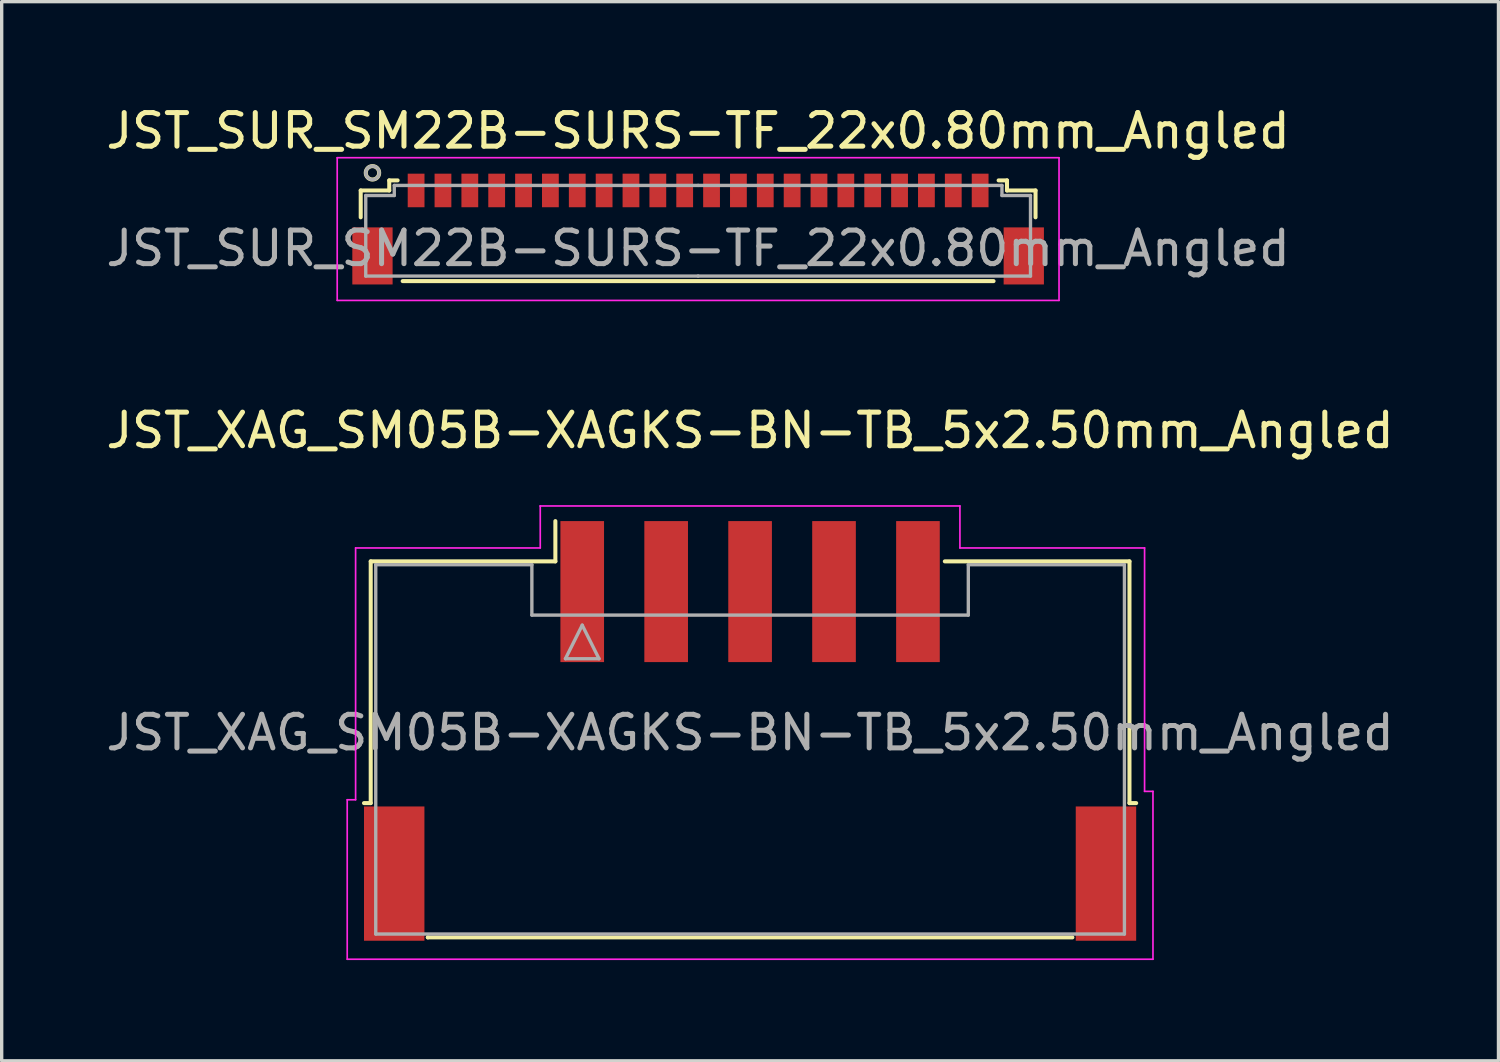
<source format=kicad_pcb>
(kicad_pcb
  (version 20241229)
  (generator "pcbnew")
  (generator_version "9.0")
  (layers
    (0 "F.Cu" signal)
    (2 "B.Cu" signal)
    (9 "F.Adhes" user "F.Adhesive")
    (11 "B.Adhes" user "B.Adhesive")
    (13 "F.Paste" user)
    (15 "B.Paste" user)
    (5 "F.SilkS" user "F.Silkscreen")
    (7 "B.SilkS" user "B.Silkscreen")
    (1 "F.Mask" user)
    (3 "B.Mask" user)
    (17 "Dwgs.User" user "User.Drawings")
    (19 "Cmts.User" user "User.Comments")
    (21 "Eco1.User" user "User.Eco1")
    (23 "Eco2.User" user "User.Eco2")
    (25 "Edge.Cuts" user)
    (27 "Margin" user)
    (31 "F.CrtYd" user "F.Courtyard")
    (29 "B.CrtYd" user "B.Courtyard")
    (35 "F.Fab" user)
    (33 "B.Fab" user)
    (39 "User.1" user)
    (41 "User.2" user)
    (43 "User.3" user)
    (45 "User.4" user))
  (footprint "JST_XAG_SM05B-XAGKS-BN-TB_5x2.50mm_Angled"
    (layer "F.Cu")
    (at 19.292 18.771)
    (property "Reference" "JST_XAG_SM05B-XAGKS-BN-TB_5x2.50mm_Angled" (at 0 -9 0) (layer "F.SilkS") (effects (font (size 1 1) (thickness 0.15))))
    (attr smd)
    (fp_line (start -11.3 -5.1) (end -11.3 2.1) (stroke (width 0.12) (type solid)) (layer "F.SilkS"))
    (fp_line (start -11.3 2.1) (end -11.5 2.1) (stroke (width 0.12) (type solid)) (layer "F.SilkS"))
    (fp_line (start -9.6 6.1) (end -9.6 6.1) (stroke (width 0.12) (type solid)) (layer "F.SilkS"))
    (fp_line (start -5.8 -6.3) (end -5.8 -5.1) (stroke (width 0.12) (type solid)) (layer "F.SilkS"))
    (fp_line (start -5.8 -5.1) (end -11.3 -5.1) (stroke (width 0.12) (type solid)) (layer "F.SilkS"))
    (fp_line (start 5.8 -5.1) (end 11.3 -5.1) (stroke (width 0.12) (type solid)) (layer "F.SilkS"))
    (fp_line (start 9.6 6.1) (end -9.6 6.1) (stroke (width 0.12) (type solid)) (layer "F.SilkS"))
    (fp_line (start 11.3 -5.1) (end 11.3 2.1) (stroke (width 0.12) (type solid)) (layer "F.SilkS"))
    (fp_line (start 11.3 2.1) (end 11.5 2.1) (stroke (width 0.12) (type solid)) (layer "F.SilkS"))
    (fp_line (start -12 2) (end -12 6.75) (stroke (width 0.05) (type solid)) (layer "F.CrtYd"))
    (fp_line (start -12 6.75) (end 12 6.75) (stroke (width 0.05) (type solid)) (layer "F.CrtYd"))
    (fp_line (start -11.75 -5.5) (end -11.75 2) (stroke (width 0.05) (type solid)) (layer "F.CrtYd"))
    (fp_line (start -11.75 2) (end -12 2) (stroke (width 0.05) (type solid)) (layer "F.CrtYd"))
    (fp_line (start -6.25 -6.75) (end -6.25 -6.75) (stroke (width 0.05) (type solid)) (layer "F.CrtYd"))
    (fp_line (start -6.25 -6.75) (end -6.25 -5.5) (stroke (width 0.05) (type solid)) (layer "F.CrtYd"))
    (fp_line (start -6.25 -5.5) (end -11.75 -5.5) (stroke (width 0.05) (type solid)) (layer "F.CrtYd"))
    (fp_line (start 6.25 -6.75) (end -6.25 -6.75) (stroke (width 0.05) (type solid)) (layer "F.CrtYd"))
    (fp_line (start 6.25 -5.5) (end 6.25 -6.75) (stroke (width 0.05) (type solid)) (layer "F.CrtYd"))
    (fp_line (start 11.75 -5.5) (end 6.25 -5.5) (stroke (width 0.05) (type solid)) (layer "F.CrtYd"))
    (fp_line (start 11.75 1.75) (end 11.75 -5.5) (stroke (width 0.05) (type solid)) (layer "F.CrtYd"))
    (fp_line (start 12 1.75) (end 11.75 1.75) (stroke (width 0.05) (type solid)) (layer "F.CrtYd"))
    (fp_line (start 12 6.75) (end 12 1.75) (stroke (width 0.05) (type solid)) (layer "F.CrtYd"))
    (fp_line (start -11.15 -5) (end -11.15 -5) (stroke (width 0.1) (type solid)) (layer "F.Fab"))
    (fp_line (start -11.15 -5) (end -11.15 6) (stroke (width 0.1) (type solid)) (layer "F.Fab"))
    (fp_line (start -6.5 -5) (end -11.15 -5) (stroke (width 0.1) (type solid)) (layer "F.Fab"))
    (fp_line (start -6.5 -3.5) (end -6.5 -5) (stroke (width 0.1) (type solid)) (layer "F.Fab"))
    (fp_line (start -5.5 -2.2) (end -5 -3.2) (stroke (width 0.1) (type solid)) (layer "F.Fab"))
    (fp_line (start -5 -3.2) (end -4.5 -2.2) (stroke (width 0.1) (type solid)) (layer "F.Fab"))
    (fp_line (start -4.5 -2.2) (end -5.5 -2.2) (stroke (width 0.1) (type solid)) (layer "F.Fab"))
    (fp_line (start 6.5 -5) (end 6.5 -3.5) (stroke (width 0.1) (type solid)) (layer "F.Fab"))
    (fp_line (start 6.5 -3.5) (end -6.5 -3.5) (stroke (width 0.1) (type solid)) (layer "F.Fab"))
    (fp_line (start 11.15 -5) (end 6.5 -5) (stroke (width 0.1) (type solid)) (layer "F.Fab"))
    (fp_line (start 11.15 -5) (end 11.15 6) (stroke (width 0.1) (type solid)) (layer "F.Fab"))
    (fp_line (start 11.15 6) (end -11.15 6) (stroke (width 0.1) (type solid)) (layer "F.Fab"))
    (fp_text user "${REFERENCE}" (at 0 0 0) (layer "F.Fab") (effects (font (size 1 1) (thickness 0.15))))
    (pad "" smd rect (at -10.6 4.2) (size 1.8 4) (layers "F.Cu" "F.Mask" "F.Paste"))
    (pad "" smd rect (at 10.6 4.2) (size 1.8 4) (layers "F.Cu" "F.Mask" "F.Paste"))
    (pad "1" smd rect (at -5 -4.2) (size 1.3 4.2) (layers "F.Cu" "F.Mask" "F.Paste"))
    (pad "2" smd rect (at -2.5 -4.2) (size 1.3 4.2) (layers "F.Cu" "F.Mask" "F.Paste"))
    (pad "3" smd rect (at 0 -4.2) (size 1.3 4.2) (layers "F.Cu" "F.Mask" "F.Paste"))
    (pad "4" smd rect (at 2.5 -4.2) (size 1.3 4.2) (layers "F.Cu" "F.Mask" "F.Paste"))
    (pad "5" smd rect (at 5 -4.2) (size 1.3 4.2) (layers "F.Cu" "F.Mask" "F.Paste")))
  (footprint "JST_SUR_SM22B-SURS-TF_22x0.80mm_Angled"
    (layer "F.Cu")
    (at 17.744 3.598)
    (property "Reference" "JST_SUR_SM22B-SURS-TF_22x0.80mm_Angled" (at 0 -2.75 0) (layer "F.SilkS") (effects (font (size 1 1) (thickness 0.15))))
    (attr smd)
    (fp_line (start -10.05 -0.975) (end -10.05 -0.175) (stroke (width 0.12) (type solid)) (layer "F.SilkS"))
    (fp_line (start -9.2 -1.275) (end -9.2 -0.975) (stroke (width 0.12) (type solid)) (layer "F.SilkS"))
    (fp_line (start -9.2 -0.975) (end -10.05 -0.975) (stroke (width 0.12) (type solid)) (layer "F.SilkS"))
    (fp_line (start -8.95 -1.275) (end -9.2 -1.275) (stroke (width 0.12) (type solid)) (layer "F.SilkS"))
    (fp_line (start -8.8 1.725) (end 8.8 1.725) (stroke (width 0.12) (type solid)) (layer "F.SilkS"))
    (fp_line (start 8.95 -1.275) (end 9.2 -1.275) (stroke (width 0.12) (type solid)) (layer "F.SilkS"))
    (fp_line (start 9.2 -1.275) (end 9.2 -0.975) (stroke (width 0.12) (type solid)) (layer "F.SilkS"))
    (fp_line (start 9.2 -0.975) (end 10.05 -0.975) (stroke (width 0.12) (type solid)) (layer "F.SilkS"))
    (fp_line (start 10.05 -0.975) (end 10.05 -0.175) (stroke (width 0.12) (type solid)) (layer "F.SilkS"))
    (fp_circle (center -9.7 -1.5) (end -9.5 -1.5) (stroke (width 0.12) (type solid)) (fill no) (layer "F.SilkS"))
    (fp_line (start -10.75 -1.95) (end 10.75 -1.95) (stroke (width 0.05) (type solid)) (layer "F.CrtYd"))
    (fp_line (start -10.75 2.3) (end -10.75 -1.95) (stroke (width 0.05) (type solid)) (layer "F.CrtYd"))
    (fp_line (start 10.75 -1.95) (end 10.75 2.3) (stroke (width 0.05) (type solid)) (layer "F.CrtYd"))
    (fp_line (start 10.75 2.3) (end -10.75 2.3) (stroke (width 0.05) (type solid)) (layer "F.CrtYd"))
    (fp_line (start -9.9 -0.825) (end -9.9 1.575) (stroke (width 0.1) (type solid)) (layer "F.Fab"))
    (fp_line (start -9.9 1.575) (end 0 1.575) (stroke (width 0.1) (type solid)) (layer "F.Fab"))
    (fp_line (start -9.05 -1.125) (end -9.05 -0.825) (stroke (width 0.1) (type solid)) (layer "F.Fab"))
    (fp_line (start -9.05 -0.825) (end -9.9 -0.825) (stroke (width 0.1) (type solid)) (layer "F.Fab"))
    (fp_line (start 0 -1.125) (end -9.05 -1.125) (stroke (width 0.1) (type solid)) (layer "F.Fab"))
    (fp_line (start 0 -1.125) (end 9.05 -1.125) (stroke (width 0.1) (type solid)) (layer "F.Fab"))
    (fp_line (start 9.05 -1.125) (end 9.05 -0.825) (stroke (width 0.1) (type solid)) (layer "F.Fab"))
    (fp_line (start 9.05 -0.825) (end 9.9 -0.825) (stroke (width 0.1) (type solid)) (layer "F.Fab"))
    (fp_line (start 9.9 -0.825) (end 9.9 1.575) (stroke (width 0.1) (type solid)) (layer "F.Fab"))
    (fp_line (start 9.9 1.575) (end 0 1.575) (stroke (width 0.1) (type solid)) (layer "F.Fab"))
    (fp_circle (center -9.7 -1.5) (end -9.5 -1.5) (stroke (width 0.1) (type solid)) (fill no) (layer "F.Fab"))
    (fp_text user "${REFERENCE}" (at 0 0.75 0) (layer "F.Fab") (effects (font (size 1 1) (thickness 0.15))))
    (pad "" smd rect (at -9.7 0.975) (size 1.2 1.7) (layers "F.Cu" "F.Mask" "F.Paste"))
    (pad "" smd rect (at 9.7 0.975) (size 1.2 1.7) (layers "F.Cu" "F.Mask" "F.Paste"))
    (pad "1" smd rect (at -8.4 -0.975) (size 0.5 1) (layers "F.Cu" "F.Mask" "F.Paste"))
    (pad "2" smd rect (at -7.6 -0.975) (size 0.5 1) (layers "F.Cu" "F.Mask" "F.Paste"))
    (pad "3" smd rect (at -6.8 -0.975) (size 0.5 1) (layers "F.Cu" "F.Mask" "F.Paste"))
    (pad "4" smd rect (at -6 -0.975) (size 0.5 1) (layers "F.Cu" "F.Mask" "F.Paste"))
    (pad "5" smd rect (at -5.2 -0.975) (size 0.5 1) (layers "F.Cu" "F.Mask" "F.Paste"))
    (pad "6" smd rect (at -4.4 -0.975) (size 0.5 1) (layers "F.Cu" "F.Mask" "F.Paste"))
    (pad "7" smd rect (at -3.6 -0.975) (size 0.5 1) (layers "F.Cu" "F.Mask" "F.Paste"))
    (pad "8" smd rect (at -2.8 -0.975) (size 0.5 1) (layers "F.Cu" "F.Mask" "F.Paste"))
    (pad "9" smd rect (at -2 -0.975) (size 0.5 1) (layers "F.Cu" "F.Mask" "F.Paste"))
    (pad "10" smd rect (at -1.2 -0.975) (size 0.5 1) (layers "F.Cu" "F.Mask" "F.Paste"))
    (pad "11" smd rect (at -0.4 -0.975) (size 0.5 1) (layers "F.Cu" "F.Mask" "F.Paste"))
    (pad "12" smd rect (at 0.4 -0.975) (size 0.5 1) (layers "F.Cu" "F.Mask" "F.Paste"))
    (pad "13" smd rect (at 1.2 -0.975) (size 0.5 1) (layers "F.Cu" "F.Mask" "F.Paste"))
    (pad "14" smd rect (at 2 -0.975) (size 0.5 1) (layers "F.Cu" "F.Mask" "F.Paste"))
    (pad "15" smd rect (at 2.8 -0.975) (size 0.5 1) (layers "F.Cu" "F.Mask" "F.Paste"))
    (pad "16" smd rect (at 3.6 -0.975) (size 0.5 1) (layers "F.Cu" "F.Mask" "F.Paste"))
    (pad "17" smd rect (at 4.4 -0.975) (size 0.5 1) (layers "F.Cu" "F.Mask" "F.Paste"))
    (pad "18" smd rect (at 5.2 -0.975) (size 0.5 1) (layers "F.Cu" "F.Mask" "F.Paste"))
    (pad "19" smd rect (at 6 -0.975) (size 0.5 1) (layers "F.Cu" "F.Mask" "F.Paste"))
    (pad "20" smd rect (at 6.8 -0.975) (size 0.5 1) (layers "F.Cu" "F.Mask" "F.Paste"))
    (pad "21" smd rect (at 7.6 -0.975) (size 0.5 1) (layers "F.Cu" "F.Mask" "F.Paste"))
    (pad "22" smd rect (at 8.4 -0.975) (size 0.5 1) (layers "F.Cu" "F.Mask" "F.Paste")))
  (gr_rect
    (start -3 -3)
    (end 41.583 28.547)
    (stroke (width 0.1) (type default))
    (fill no)
    (layer "Edge.Cuts")))
</source>
